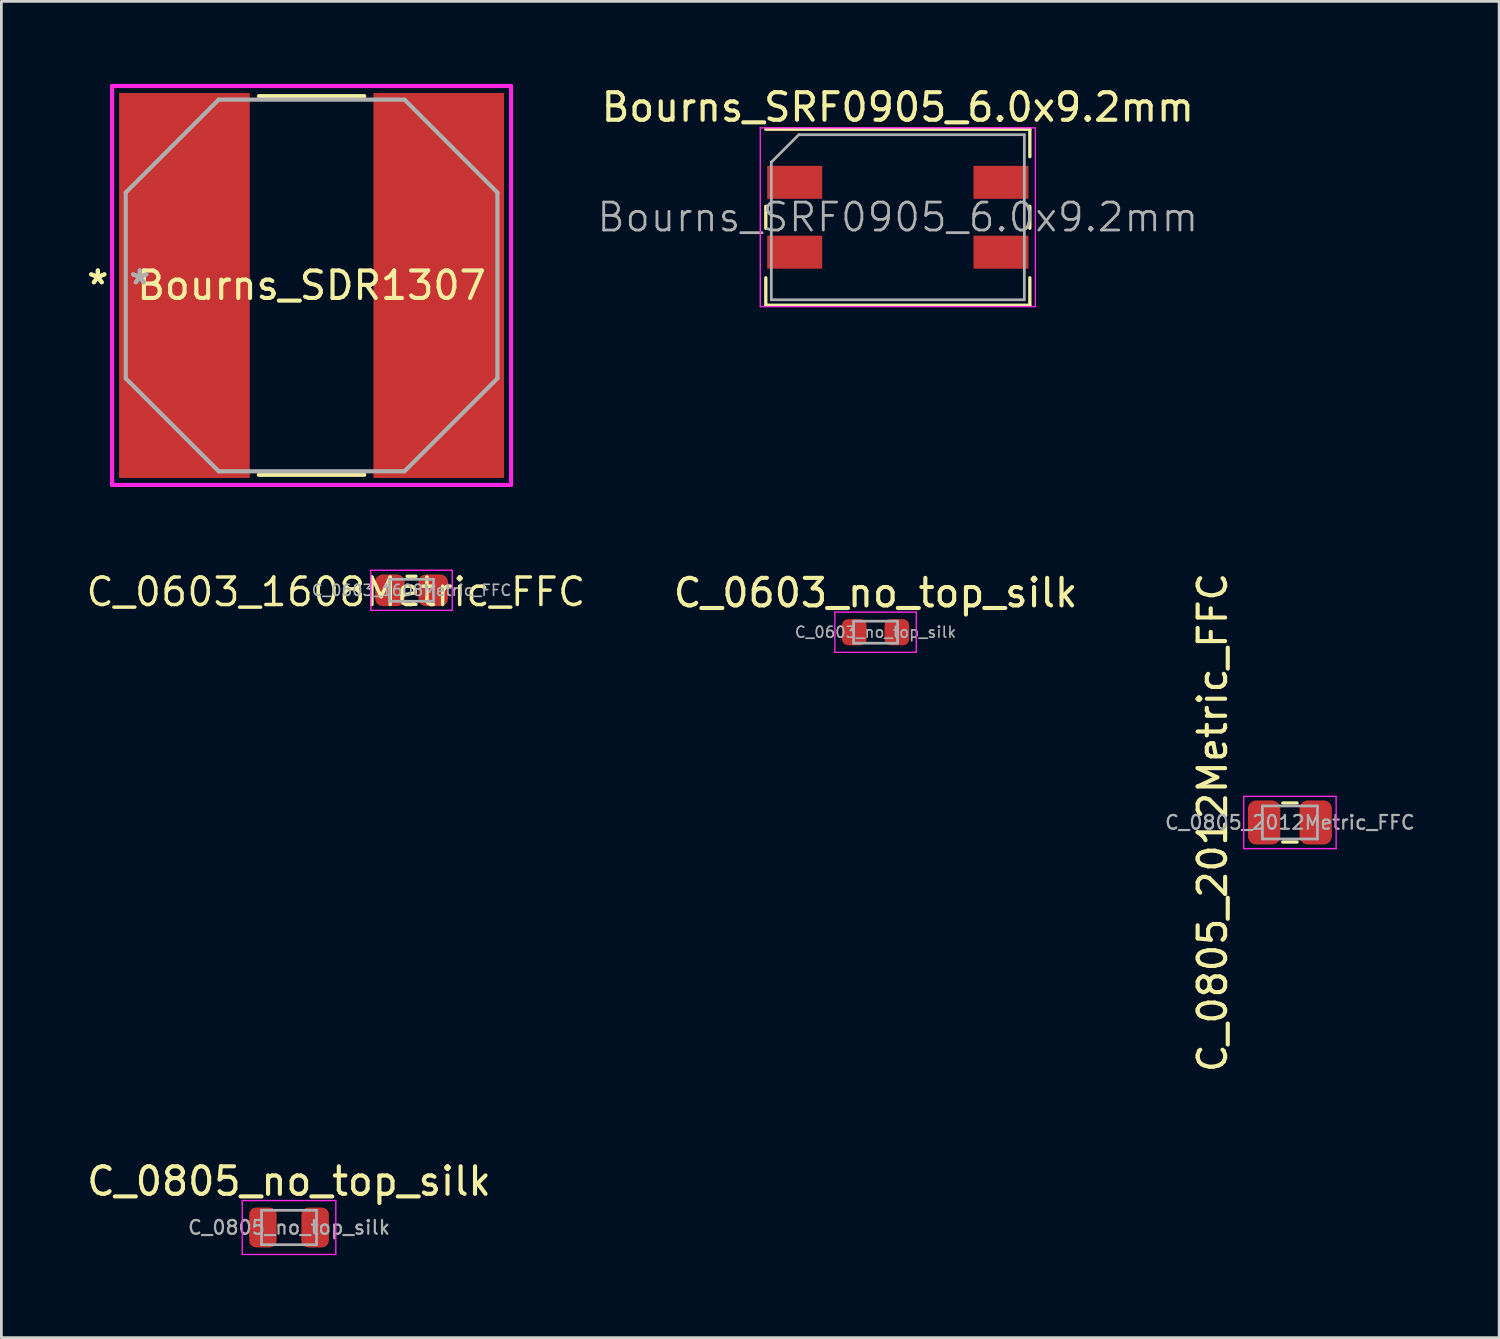
<source format=kicad_pcb>
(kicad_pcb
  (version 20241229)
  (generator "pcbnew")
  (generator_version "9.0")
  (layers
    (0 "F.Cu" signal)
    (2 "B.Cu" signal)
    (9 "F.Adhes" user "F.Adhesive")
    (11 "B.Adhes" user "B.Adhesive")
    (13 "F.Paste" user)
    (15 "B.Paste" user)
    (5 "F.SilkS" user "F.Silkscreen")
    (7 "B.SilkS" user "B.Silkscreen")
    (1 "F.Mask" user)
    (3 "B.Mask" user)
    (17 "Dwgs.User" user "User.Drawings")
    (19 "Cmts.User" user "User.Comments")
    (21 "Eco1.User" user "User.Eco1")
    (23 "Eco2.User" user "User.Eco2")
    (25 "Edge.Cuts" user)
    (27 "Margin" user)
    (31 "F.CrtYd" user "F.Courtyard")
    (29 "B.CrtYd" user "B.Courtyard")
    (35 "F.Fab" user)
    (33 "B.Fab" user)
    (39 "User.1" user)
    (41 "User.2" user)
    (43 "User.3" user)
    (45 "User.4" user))
  (footprint "C_0603_1608Metric_FFC"
    (layer "F.Cu")
    (at 11.912 18.411)
    (property "Reference" "C_0603_1608Metric_FFC" (at -2.75 0.06 0) (layer "F.SilkS") (effects (font (size 1 1) (thickness 0.127))))
    (attr smd)
    (fp_line (start -0.163 -0.51) (end 0.163 -0.51) (stroke (width 0.12) (type solid)) (layer "F.SilkS"))
    (fp_line (start -0.163 0.51) (end 0.163 0.51) (stroke (width 0.12) (type solid)) (layer "F.SilkS"))
    (fp_line (start -1.48 -0.73) (end 1.48 -0.73) (stroke (width 0.05) (type solid)) (layer "F.CrtYd"))
    (fp_line (start -1.48 0.73) (end -1.48 -0.73) (stroke (width 0.05) (type solid)) (layer "F.CrtYd"))
    (fp_line (start 1.48 -0.73) (end 1.48 0.73) (stroke (width 0.05) (type solid)) (layer "F.CrtYd"))
    (fp_line (start 1.48 0.73) (end -1.48 0.73) (stroke (width 0.05) (type solid)) (layer "F.CrtYd"))
    (fp_line (start -0.8 -0.4) (end 0.8 -0.4) (stroke (width 0.1) (type solid)) (layer "F.Fab"))
    (fp_line (start -0.8 0.4) (end -0.8 -0.4) (stroke (width 0.1) (type solid)) (layer "F.Fab"))
    (fp_line (start 0.8 -0.4) (end 0.8 0.4) (stroke (width 0.1) (type solid)) (layer "F.Fab"))
    (fp_line (start 0.8 0.4) (end -0.8 0.4) (stroke (width 0.1) (type solid)) (layer "F.Fab"))
    (fp_text user "${REFERENCE}" (at 0 0 0) (layer "F.Fab") (effects (font (size 0.4 0.4) (thickness 0.06))))
    (pad "1" smd roundrect (at -0.787 0) (size 1.075 1.15) (layers "F.Cu" "F.Mask" "F.Paste") (roundrect_rratio 0.25))
    (pad "2" smd roundrect (at 0.787 0) (size 1.075 1.15) (layers "F.Cu" "F.Mask" "F.Paste") (roundrect_rratio 0.25)))
  (footprint "Bourns_SDR1307"
    (layer "F.Cu")
    (at 8.278 7.328)
    (property "Reference" "Bourns_SDR1307" (at 0 0 0) (layer "F.SilkS") (effects (font (size 1 1) (thickness 0.15))))
    (attr through_hole)
    (fp_line (start -1.915 6.883) (end 1.915 6.883) (stroke (width 0.152) (type solid)) (layer "F.SilkS"))
    (fp_line (start 1.915 -6.883) (end -1.915 -6.883) (stroke (width 0.152) (type solid)) (layer "F.SilkS"))
    (fp_line (start -7.252 -7.252) (end 7.252 -7.252) (stroke (width 0.152) (type solid)) (layer "F.CrtYd"))
    (fp_line (start -7.252 7.252) (end -7.252 -7.252) (stroke (width 0.152) (type solid)) (layer "F.CrtYd"))
    (fp_line (start 7.252 -7.252) (end 7.252 7.252) (stroke (width 0.152) (type solid)) (layer "F.CrtYd"))
    (fp_line (start 7.252 7.252) (end -7.252 7.252) (stroke (width 0.152) (type solid)) (layer "F.CrtYd"))
    (fp_line (start -6.756 -3.378) (end -6.756 3.378) (stroke (width 0.152) (type solid)) (layer "F.Fab"))
    (fp_line (start -6.756 3.378) (end -3.378 6.756) (stroke (width 0.152) (type solid)) (layer "F.Fab"))
    (fp_line (start -3.378 -6.756) (end -6.756 -3.378) (stroke (width 0.152) (type solid)) (layer "F.Fab"))
    (fp_line (start -3.378 6.756) (end 3.378 6.756) (stroke (width 0.152) (type solid)) (layer "F.Fab"))
    (fp_line (start 3.378 -6.756) (end -3.378 -6.756) (stroke (width 0.152) (type solid)) (layer "F.Fab"))
    (fp_line (start 3.378 6.756) (end 6.756 3.378) (stroke (width 0.152) (type solid)) (layer "F.Fab"))
    (fp_line (start 6.756 -3.378) (end 3.378 -6.756) (stroke (width 0.152) (type solid)) (layer "F.Fab"))
    (fp_line (start 6.756 3.378) (end 6.756 -3.378) (stroke (width 0.152) (type solid)) (layer "F.Fab"))
    (fp_text user "*" (at -7.772 0 0) (layer "F.SilkS") (effects (font (size 1 1) (thickness 0.15))))
    (fp_text user "*" (at -7.772 0 0) (layer "F.SilkS") (effects (font (size 1 1) (thickness 0.15))))
    (fp_text user "*" (at -6.248 0 0) (layer "F.Fab") (effects (font (size 1 1) (thickness 0.15))))
    (fp_text user "*" (at -6.248 0 0) (layer "F.Fab") (effects (font (size 1 1) (thickness 0.15))))
    (pad "1" smd rect (at -4.623 0) (size 4.75 13.995) (layers "F.Cu" "F.Mask" "F.Paste"))
    (pad "2" smd rect (at 4.623 0) (size 4.75 13.995) (layers "F.Cu" "F.Mask" "F.Paste")))
  (footprint "C_0805_2012Metric_FFC"
    (layer "F.Cu")
    (at 43.846 26.852)
    (property "Reference" "C_0805_2012Metric_FFC" (at -2.81 0 90) (layer "F.SilkS") (effects (font (size 1 1) (thickness 0.15))))
    (attr smd)
    (fp_line (start -0.259 -0.71) (end 0.259 -0.71) (stroke (width 0.12) (type solid)) (layer "F.SilkS"))
    (fp_line (start -0.259 0.71) (end 0.259 0.71) (stroke (width 0.12) (type solid)) (layer "F.SilkS"))
    (fp_line (start -1.68 -0.95) (end 1.68 -0.95) (stroke (width 0.05) (type solid)) (layer "F.CrtYd"))
    (fp_line (start -1.68 0.95) (end -1.68 -0.95) (stroke (width 0.05) (type solid)) (layer "F.CrtYd"))
    (fp_line (start 1.68 -0.95) (end 1.68 0.95) (stroke (width 0.05) (type solid)) (layer "F.CrtYd"))
    (fp_line (start 1.68 0.95) (end -1.68 0.95) (stroke (width 0.05) (type solid)) (layer "F.CrtYd"))
    (fp_line (start -1 -0.6) (end 1 -0.6) (stroke (width 0.1) (type solid)) (layer "F.Fab"))
    (fp_line (start -1 0.6) (end -1 -0.6) (stroke (width 0.1) (type solid)) (layer "F.Fab"))
    (fp_line (start 1 -0.6) (end 1 0.6) (stroke (width 0.1) (type solid)) (layer "F.Fab"))
    (fp_line (start 1 0.6) (end -1 0.6) (stroke (width 0.1) (type solid)) (layer "F.Fab"))
    (fp_text user "${REFERENCE}" (at 0 0 0) (layer "F.Fab") (effects (font (size 0.5 0.5) (thickness 0.08))))
    (pad "1" smd roundrect (at -0.938 0) (size 1.175 1.6) (layers "F.Cu" "F.Mask" "F.Paste") (roundrect_rratio 0.25))
    (pad "2" smd roundrect (at 0.938 0) (size 1.175 1.6) (layers "F.Cu" "F.Mask" "F.Paste") (roundrect_rratio 0.25)))
  (footprint "C_0603_no_top_silk"
    (layer "F.Cu")
    (at 28.782 19.934)
    (property "Reference" "C_0603_no_top_silk" (at 0 -1.43 0) (layer "F.SilkS") (effects (font (size 1 1) (thickness 0.15))))
    (attr smd)
    (fp_line (start -1.48 -0.73) (end 1.48 -0.73) (stroke (width 0.05) (type solid)) (layer "F.CrtYd"))
    (fp_line (start -1.48 0.73) (end -1.48 -0.73) (stroke (width 0.05) (type solid)) (layer "F.CrtYd"))
    (fp_line (start 1.48 -0.73) (end 1.48 0.73) (stroke (width 0.05) (type solid)) (layer "F.CrtYd"))
    (fp_line (start 1.48 0.73) (end -1.48 0.73) (stroke (width 0.05) (type solid)) (layer "F.CrtYd"))
    (fp_line (start -0.8 -0.4) (end 0.8 -0.4) (stroke (width 0.1) (type solid)) (layer "F.Fab"))
    (fp_line (start -0.8 0.4) (end -0.8 -0.4) (stroke (width 0.1) (type solid)) (layer "F.Fab"))
    (fp_line (start 0.8 -0.4) (end 0.8 0.4) (stroke (width 0.1) (type solid)) (layer "F.Fab"))
    (fp_line (start 0.8 0.4) (end -0.8 0.4) (stroke (width 0.1) (type solid)) (layer "F.Fab"))
    (fp_text user "${REFERENCE}" (at 0 0 0) (layer "F.Fab") (effects (font (size 0.4 0.4) (thickness 0.06))))
    (pad "1" smd roundrect (at -0.775 0) (size 0.9 0.95) (layers "F.Cu" "F.Mask" "F.Paste") (roundrect_rratio 0.25))
    (pad "2" smd roundrect (at 0.775 0) (size 0.9 0.95) (layers "F.Cu" "F.Mask" "F.Paste") (roundrect_rratio 0.25)))
  (footprint "Bourns_SRF0905_6.0x9.2mm"
    (layer "F.Cu")
    (at 29.591 4.848)
    (property "Reference" "Bourns_SRF0905_6.0x9.2mm" (at 0 -4 180) (layer "F.SilkS") (effects (font (size 1 1) (thickness 0.15))))
    (attr smd)
    (fp_line (start -4.8 -0.4) (end -4.8 0.4) (stroke (width 0.12) (type solid)) (layer "F.SilkS"))
    (fp_line (start -4.8 2.2) (end -4.8 3.2) (stroke (width 0.12) (type solid)) (layer "F.SilkS"))
    (fp_line (start -4.8 3.2) (end 4.8 3.2) (stroke (width 0.12) (type solid)) (layer "F.SilkS"))
    (fp_line (start 4.8 -3.2) (end -4.8 -3.2) (stroke (width 0.12) (type solid)) (layer "F.SilkS"))
    (fp_line (start 4.8 -2.2) (end 4.8 -3.2) (stroke (width 0.12) (type solid)) (layer "F.SilkS"))
    (fp_line (start 4.8 -0.4) (end 4.8 0.4) (stroke (width 0.12) (type solid)) (layer "F.SilkS"))
    (fp_line (start 4.8 3.2) (end 4.8 2.2) (stroke (width 0.12) (type solid)) (layer "F.SilkS"))
    (fp_line (start -5 -3.25) (end -5 3.25) (stroke (width 0.05) (type solid)) (layer "F.CrtYd"))
    (fp_line (start -5 -3.25) (end 5 -3.25) (stroke (width 0.05) (type solid)) (layer "F.CrtYd"))
    (fp_line (start 5 3.25) (end -5 3.25) (stroke (width 0.05) (type solid)) (layer "F.CrtYd"))
    (fp_line (start 5 3.25) (end 5 -3.25) (stroke (width 0.05) (type solid)) (layer "F.CrtYd"))
    (fp_line (start -4.6 -2) (end -3.6 -3) (stroke (width 0.1) (type solid)) (layer "F.Fab"))
    (fp_line (start -4.6 3) (end -4.6 -2) (stroke (width 0.1) (type solid)) (layer "F.Fab"))
    (fp_line (start -3.6 -3) (end 4.6 -3) (stroke (width 0.1) (type solid)) (layer "F.Fab"))
    (fp_line (start 4.6 -3) (end 4.6 3) (stroke (width 0.1) (type solid)) (layer "F.Fab"))
    (fp_line (start 4.6 3) (end -4.6 3) (stroke (width 0.1) (type solid)) (layer "F.Fab"))
    (fp_text user "${REFERENCE}" (at 0 0 0) (layer "F.Fab") (effects (font (size 1.016 1.016) (thickness 0.102))))
    (pad "1" smd rect (at -3.75 -1.27) (size 2 1.2) (layers "F.Cu" "F.Mask" "F.Paste"))
    (pad "2" smd rect (at -3.75 1.27) (size 2 1.2) (layers "F.Cu" "F.Mask" "F.Paste"))
    (pad "3" smd rect (at 3.75 1.27) (size 2 1.2) (layers "F.Cu" "F.Mask" "F.Paste"))
    (pad "4" smd rect (at 3.75 -1.27) (size 2 1.2) (layers "F.Cu" "F.Mask" "F.Paste")))
  (footprint "C_0805_no_top_silk"
    (layer "F.Cu")
    (at 7.458 41.577)
    (property "Reference" "C_0805_no_top_silk" (at 0 -1.68 0) (layer "F.SilkS") (effects (font (size 1 1) (thickness 0.15))))
    (attr smd)
    (fp_line (start -1.7 -0.98) (end 1.7 -0.98) (stroke (width 0.05) (type solid)) (layer "F.CrtYd"))
    (fp_line (start -1.7 0.98) (end -1.7 -0.98) (stroke (width 0.05) (type solid)) (layer "F.CrtYd"))
    (fp_line (start 1.7 -0.98) (end 1.7 0.98) (stroke (width 0.05) (type solid)) (layer "F.CrtYd"))
    (fp_line (start 1.7 0.98) (end -1.7 0.98) (stroke (width 0.05) (type solid)) (layer "F.CrtYd"))
    (fp_line (start -1 -0.625) (end 1 -0.625) (stroke (width 0.1) (type solid)) (layer "F.Fab"))
    (fp_line (start -1 0.625) (end -1 -0.625) (stroke (width 0.1) (type solid)) (layer "F.Fab"))
    (fp_line (start 1 -0.625) (end 1 0.625) (stroke (width 0.1) (type solid)) (layer "F.Fab"))
    (fp_line (start 1 0.625) (end -1 0.625) (stroke (width 0.1) (type solid)) (layer "F.Fab"))
    (fp_text user "${REFERENCE}" (at 0 0 0) (layer "F.Fab") (effects (font (size 0.5 0.5) (thickness 0.08))))
    (pad "1" smd roundrect (at -0.95 0) (size 1 1.45) (layers "F.Cu" "F.Mask" "F.Paste") (roundrect_rratio 0.25))
    (pad "2" smd roundrect (at 0.95 0) (size 1 1.45) (layers "F.Cu" "F.Mask" "F.Paste") (roundrect_rratio 0.25)))
  (gr_rect
    (start -3 -3)
    (end 51.452 45.582)
    (stroke (width 0.1) (type default))
    (fill no)
    (layer "Edge.Cuts")))
</source>
